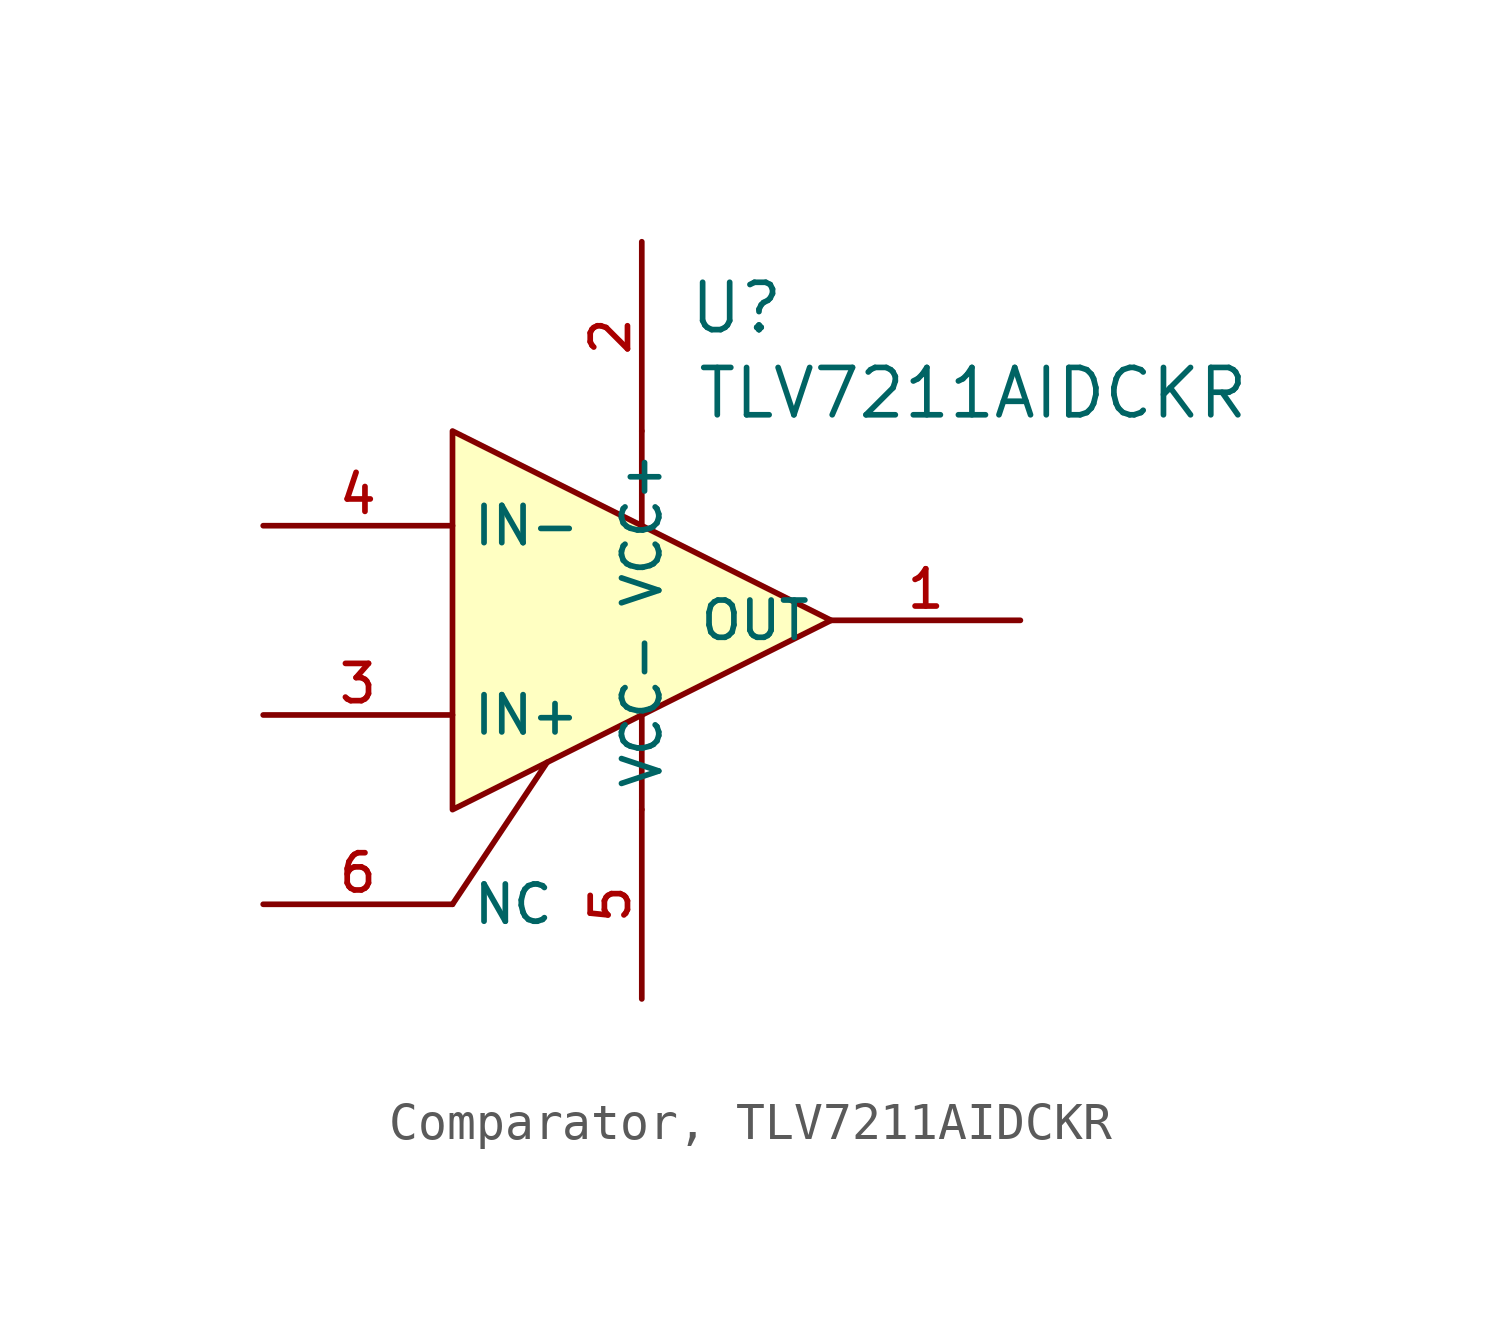
<source format=kicad_sym>
(kicad_symbol_lib
  (version 20231120)
  (generator "CDFER_Archive_Tool")
  (generator_version "0.0")
  (symbol "Comparator, TLV7211AIDCKR"
    (property "Reference" "U"
      (at 2.54 8.382 0)
      (effects (font (size 1.27 1.27))))
    (property "Value" "TLV7211AIDCKR"
      (at 8.89 6.096 0)
      (effects (font (size 1.27 1.27))))
    (symbol "Comparator, TLV7211AIDCKR_0_1"
      (polyline (pts (xy -5.08 -7.62) (xy -2.54 -3.81)) (stroke (width 0) (type default)) (fill (type none)))
      (polyline (pts (xy 0 -2.54) (xy 0 -5.08)) (stroke (width 0) (type default)) (fill (type none)))
      (polyline (pts (xy 0 5.08) (xy 0 2.54)) (stroke (width 0) (type default)) (fill (type none)))
      (pin unspecified line (at 10.16 0 180) (length 5.08) (name "OUT" (effects (font (size 1 1)))) (number "1" (effects (font (size 1 1)))))
      (pin power_in line (at 0 10.16 270) (length 5.08) (name "VCC+" (effects (font (size 1 1)))) (number "2" (effects (font (size 1 1)))))
      (pin output line (at -10.16 -2.54 0) (length 5.08) (name "IN+" (effects (font (size 1 1)))) (number "3" (effects (font (size 1 1)))))
      (pin unspecified line (at -10.16 2.54 0) (length 5.08) (name "IN-" (effects (font (size 1 1)))) (number "4" (effects (font (size 1 1)))))
      (pin power_in line (at 0 -10.16 90) (length 5.08) (name "VCC-" (effects (font (size 1 1)))) (number "5" (effects (font (size 1 1)))))
      (pin unspecified line (at -10.16 -7.62 0) (length 5.08) (name "NC" (effects (font (size 1 1)))) (number "6" (effects (font (size 1 1))))))
    (symbol "Comparator, TLV7211AIDCKR_1_1"
      (polyline (pts (xy -5.08 -5.08) (xy 5.08 0) (xy -5.08 5.08) (xy -5.08 -5.08)) (stroke (width 0) (type default)) (fill (type background))))))
</source>
